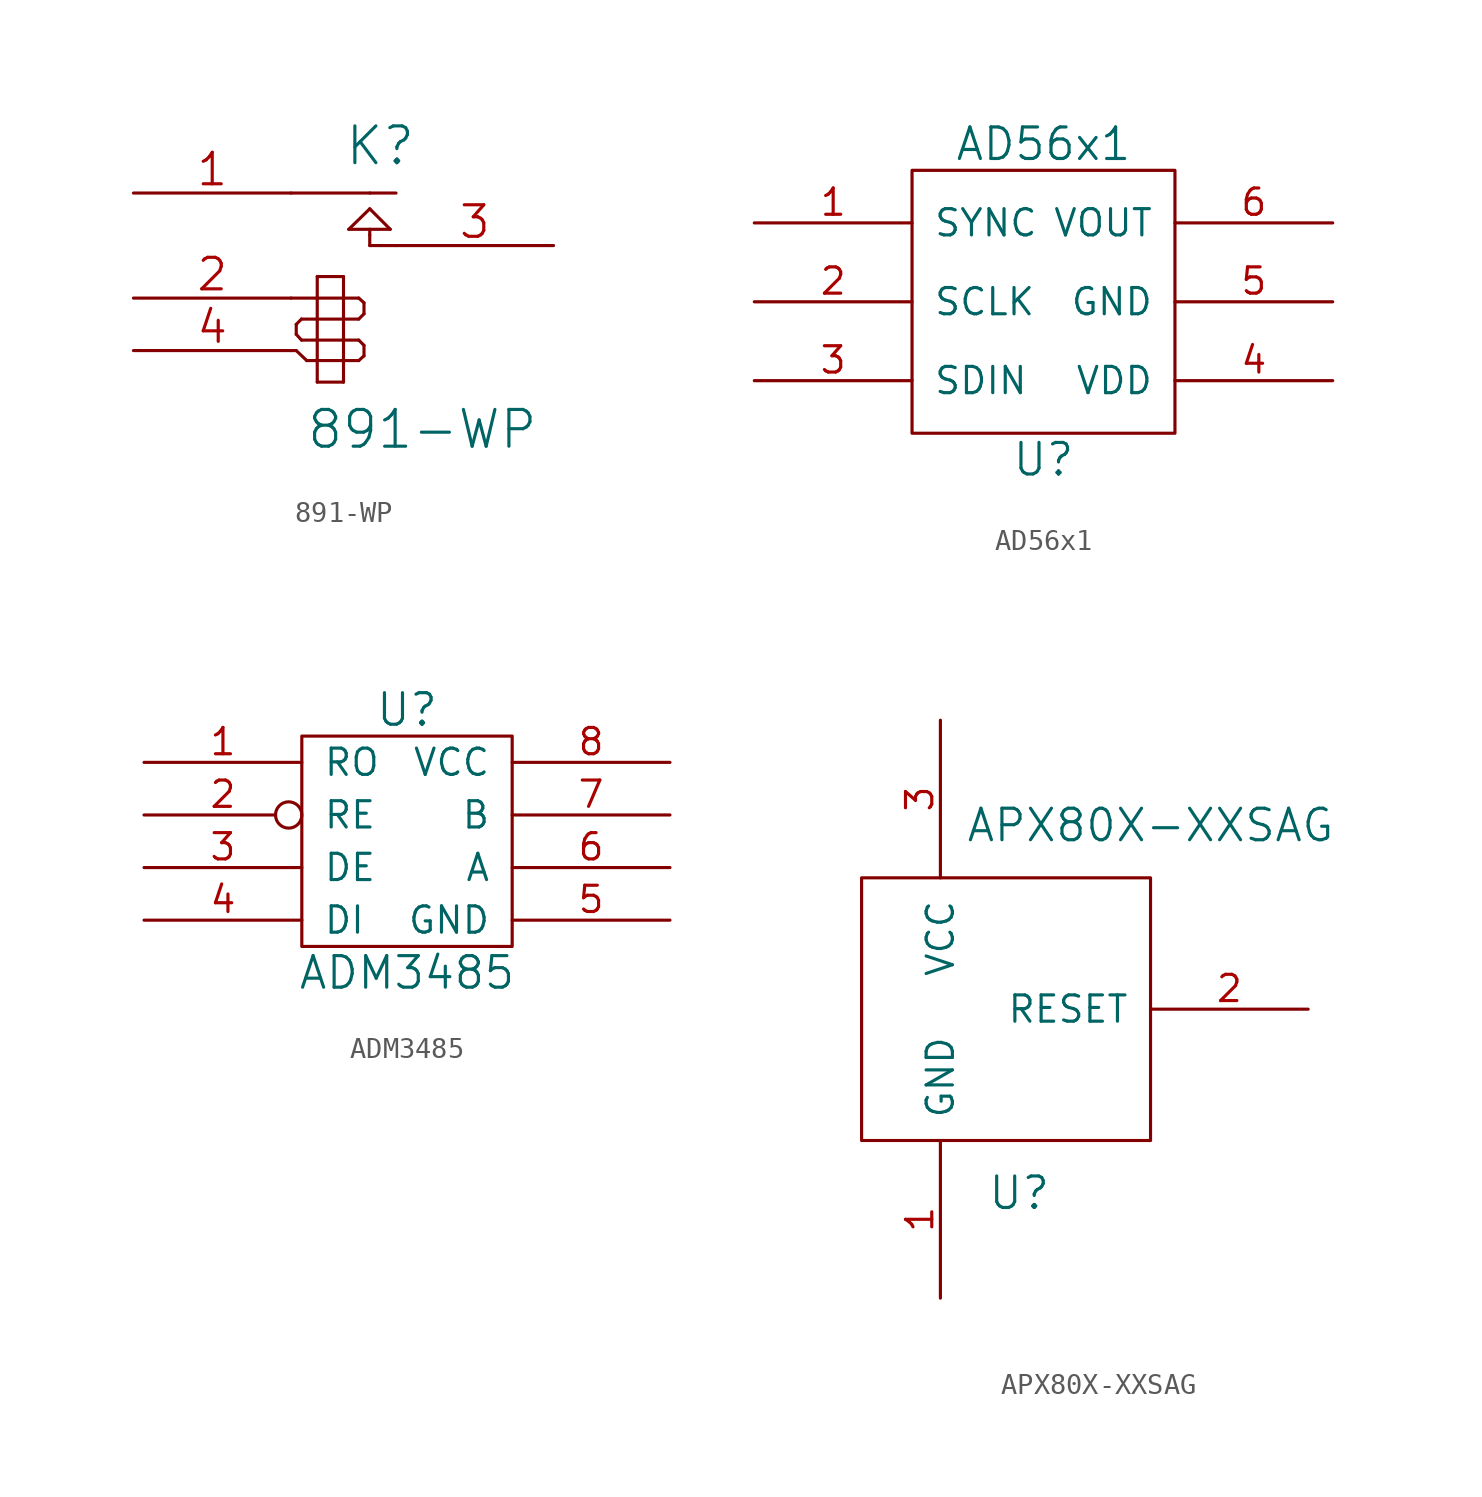
<source format=kicad_sym>
(kicad_symbol_lib
  (version 20231120)
  (generator "kicad_symbol_editor")
  (generator_version "8.0")
  (symbol "891-WP"
    (pin_names
      (offset 1.016) hide)
    (property "Reference" "K"
      (at 1.778 1.016 0)
      (effects (font (size 1.778 1.778))))
    (property "Value" "891-WP"
      (at 3.81 -12.7 0)
      (effects (font (size 1.778 1.778))))
    (property "Footprint" ""
      (at 0 0 0)
      (effects (font (size 1.524 1.524))))
    (property "Datasheet" ""
      (at 0 0 0)
      (effects (font (size 1.524 1.524))))
    (symbol "891-WP_0_1"
      (polyline (pts (xy -2.54 -8.89) (xy -2.286 -8.89)) (stroke (width 0) (type solid)) (fill (type none)))
      (polyline (pts (xy -2.54 -6.35) (xy -1.27 -6.35)) (stroke (width 0) (type solid)) (fill (type none)))
      (polyline (pts (xy -2.54 -1.27) (xy 1.27 -1.27)) (stroke (width 0) (type solid)) (fill (type none)))
      (polyline (pts (xy -2.286 -8.89) (xy -1.778 -9.373)) (stroke (width 0) (type solid)) (fill (type none)))
      (polyline (pts (xy -2.286 -8.103) (xy -2.286 -7.62)) (stroke (width 0) (type solid)) (fill (type none)))
      (polyline (pts (xy -2.032 -8.382) (xy -2.286 -8.103)) (stroke (width 0) (type solid)) (fill (type none)))
      (polyline (pts (xy -2.032 -7.366) (xy -2.286 -7.62)) (stroke (width 0) (type solid)) (fill (type none)))
      (polyline (pts (xy -1.778 -9.373) (xy -1.27 -9.373)) (stroke (width 0) (type solid)) (fill (type none)))
      (polyline (pts (xy -1.27 -10.414) (xy -1.27 -5.309)) (stroke (width 0) (type solid)) (fill (type none)))
      (polyline (pts (xy -1.27 -8.382) (xy -2.032 -8.382)) (stroke (width 0) (type solid)) (fill (type none)))
      (polyline (pts (xy -1.27 -8.382) (xy 0 -8.382)) (stroke (width 0) (type solid)) (fill (type none)))
      (polyline (pts (xy -1.27 -7.366) (xy -2.032 -7.366)) (stroke (width 0) (type solid)) (fill (type none)))
      (polyline (pts (xy -1.27 -6.35) (xy 0 -6.35)) (stroke (width 0) (type solid)) (fill (type none)))
      (polyline (pts (xy -1.27 -5.309) (xy 0 -5.309)) (stroke (width 0) (type solid)) (fill (type none)))
      (polyline (pts (xy 0 -10.414) (xy -1.27 -10.414)) (stroke (width 0) (type solid)) (fill (type none)))
      (polyline (pts (xy 0 -9.373) (xy -1.27 -9.373)) (stroke (width 0) (type solid)) (fill (type none)))
      (polyline (pts (xy 0 -9.373) (xy 0.737 -9.373)) (stroke (width 0) (type solid)) (fill (type none)))
      (polyline (pts (xy 0 -8.382) (xy 0.737 -8.382)) (stroke (width 0) (type solid)) (fill (type none)))
      (polyline (pts (xy 0 -7.366) (xy -1.27 -7.366)) (stroke (width 0) (type solid)) (fill (type none)))
      (polyline (pts (xy 0 -7.366) (xy 0.737 -7.366)) (stroke (width 0) (type solid)) (fill (type none)))
      (polyline (pts (xy 0 -6.35) (xy 0.737 -6.35)) (stroke (width 0) (type solid)) (fill (type none)))
      (polyline (pts (xy 0 -5.309) (xy 0 -10.414)) (stroke (width 0) (type solid)) (fill (type none)))
      (polyline (pts (xy 0.254 -3.023) (xy 2.261 -3.023)) (stroke (width 0) (type solid)) (fill (type none)))
      (polyline (pts (xy 0.737 -9.373) (xy 0.991 -9.144)) (stroke (width 0) (type solid)) (fill (type none)))
      (polyline (pts (xy 0.737 -8.382) (xy 0.991 -8.636)) (stroke (width 0) (type solid)) (fill (type none)))
      (polyline (pts (xy 0.737 -7.366) (xy 0.991 -7.112)) (stroke (width 0) (type solid)) (fill (type none)))
      (polyline (pts (xy 0.737 -6.35) (xy 0.991 -6.579)) (stroke (width 0) (type solid)) (fill (type none)))
      (polyline (pts (xy 0.991 -9.144) (xy 0.991 -8.636)) (stroke (width 0) (type solid)) (fill (type none)))
      (polyline (pts (xy 0.991 -6.579) (xy 0.991 -7.112)) (stroke (width 0) (type solid)) (fill (type none)))
      (polyline (pts (xy 1.27 -3.81) (xy 1.27 -3.302)) (stroke (width 0) (type solid)) (fill (type none)))
      (polyline (pts (xy 1.27 -3.302) (xy 1.27 -3.023)) (stroke (width 0) (type solid)) (fill (type none)))
      (polyline (pts (xy 1.27 -2.032) (xy 0.254 -3.023)) (stroke (width 0) (type solid)) (fill (type none)))
      (polyline (pts (xy 1.27 -1.27) (xy 2.54 -1.27)) (stroke (width 0) (type solid)) (fill (type none)))
      (polyline (pts (xy 2.261 -3.023) (xy 1.27 -2.032)) (stroke (width 0) (type solid)) (fill (type none)))
      (polyline (pts (xy 2.54 -3.81) (xy 1.27 -3.81)) (stroke (width 0) (type solid)) (fill (type none))))
    (symbol "891-WP_1_1"
      (pin passive line (at -10.16 -1.27 0) (length 7.62) (name "C1" (effects (font (size 1.524 1.524)))) (number "1" (effects (font (size 1.524 1.524)))))
      (pin input line (at -10.16 -6.35 0) (length 7.62) (name "2" (effects (font (size 1.524 1.524)))) (number "2" (effects (font (size 1.524 1.524)))))
      (pin passive line (at 10.16 -3.81 180) (length 7.62) (name "T1" (effects (font (size 1.524 1.524)))) (number "3" (effects (font (size 1.524 1.524)))))
      (pin input line (at -10.16 -8.89 0) (length 7.62) (name "4" (effects (font (size 1.524 1.524)))) (number "4" (effects (font (size 1.524 1.524)))))))
  (symbol "AD56x1"
    (pin_names
      (offset 1.016))
    (property "Reference" "U"
      (at 0 -7.62 0)
      (effects (font (size 1.524 1.524))))
    (property "Value" "AD56x1"
      (at 0 7.62 0)
      (effects (font (size 1.524 1.524))))
    (property "Footprint" ""
      (at 0 0 0)
      (effects (font (size 1.524 1.524))))
    (property "Datasheet" ""
      (at 0 0 0)
      (effects (font (size 1.524 1.524))))
    (symbol "AD56x1_0_1"
      (rectangle (start -6.35 6.35) (end 6.35 -6.35) (stroke (width 0) (type solid)) (fill (type none))))
    (symbol "AD56x1_1_1"
      (pin input line (at -13.97 3.81 0) (length 7.62) (name "SYNC" (effects (font (size 1.27 1.27)))) (number "1" (effects (font (size 1.27 1.27)))))
      (pin input line (at -13.97 0 0) (length 7.62) (name "SCLK" (effects (font (size 1.27 1.27)))) (number "2" (effects (font (size 1.27 1.27)))))
      (pin input line (at -13.97 -3.81 0) (length 7.62) (name "SDIN" (effects (font (size 1.27 1.27)))) (number "3" (effects (font (size 1.27 1.27)))))
      (pin power_in line (at 13.97 -3.81 180) (length 7.62) (name "VDD" (effects (font (size 1.27 1.27)))) (number "4" (effects (font (size 1.27 1.27)))))
      (pin power_in line (at 13.97 0 180) (length 7.62) (name "GND" (effects (font (size 1.27 1.27)))) (number "5" (effects (font (size 1.27 1.27)))))
      (pin output line (at 13.97 3.81 180) (length 7.62) (name "VOUT" (effects (font (size 1.27 1.27)))) (number "6" (effects (font (size 1.27 1.27)))))))
  (symbol "ADM3485"
    (pin_names
      (offset 1.016))
    (property "Reference" "U"
      (at 0 6.35 0)
      (effects (font (size 1.524 1.524))))
    (property "Value" "ADM3485"
      (at 0 -6.35 0)
      (effects (font (size 1.524 1.524))))
    (property "Footprint" ""
      (at 0 0 0)
      (effects (font (size 1.524 1.524))))
    (property "Datasheet" ""
      (at 0 0 0)
      (effects (font (size 1.524 1.524))))
    (symbol "ADM3485_0_1"
      (rectangle (start -5.08 5.08) (end 5.08 -5.08) (stroke (width 0) (type solid)) (fill (type none))))
    (symbol "ADM3485_1_1"
      (pin output line (at -12.7 3.81 0) (length 7.62) (name "RO" (effects (font (size 1.27 1.27)))) (number "1" (effects (font (size 1.27 1.27)))))
      (pin input inverted (at -12.7 1.27 0) (length 7.62) (name "RE" (effects (font (size 1.27 1.27)))) (number "2" (effects (font (size 1.27 1.27)))))
      (pin input line (at -12.7 -1.27 0) (length 7.62) (name "DE" (effects (font (size 1.27 1.27)))) (number "3" (effects (font (size 1.27 1.27)))))
      (pin input line (at -12.7 -3.81 0) (length 7.62) (name "DI" (effects (font (size 1.27 1.27)))) (number "4" (effects (font (size 1.27 1.27)))))
      (pin power_in line (at 12.7 -3.81 180) (length 7.62) (name "GND" (effects (font (size 1.27 1.27)))) (number "5" (effects (font (size 1.27 1.27)))))
      (pin bidirectional line (at 12.7 -1.27 180) (length 7.62) (name "A" (effects (font (size 1.27 1.27)))) (number "6" (effects (font (size 1.27 1.27)))))
      (pin bidirectional line (at 12.7 1.27 180) (length 7.62) (name "B" (effects (font (size 1.27 1.27)))) (number "7" (effects (font (size 1.27 1.27)))))
      (pin power_in line (at 12.7 3.81 180) (length 7.62) (name "VCC" (effects (font (size 1.27 1.27)))) (number "8" (effects (font (size 1.27 1.27)))))))
  (symbol "APX80X-XXSAG"
    (pin_names
      (offset 1.016))
    (property "Reference" "U"
      (at 1.27 -8.89 0)
      (effects (font (size 1.524 1.524))))
    (property "Value" "APX80X-XXSAG"
      (at 7.62 8.89 0)
      (effects (font (size 1.524 1.524))))
    (property "Footprint" ""
      (at 0 0 0)
      (effects (font (size 1.524 1.524))))
    (property "Datasheet" ""
      (at 0 0 0)
      (effects (font (size 1.524 1.524))))
    (symbol "APX80X-XXSAG_0_1"
      (rectangle (start -6.35 6.35) (end 7.62 -6.35) (stroke (width 0) (type solid)) (fill (type none))))
    (symbol "APX80X-XXSAG_1_1"
      (pin power_in line (at -2.54 -13.97 90) (length 7.62) (name "GND" (effects (font (size 1.27 1.27)))) (number "1" (effects (font (size 1.27 1.27)))))
      (pin output line (at 15.24 0 180) (length 7.62) (name "RESET" (effects (font (size 1.27 1.27)))) (number "2" (effects (font (size 1.27 1.27)))))
      (pin power_in line (at -2.54 13.97 270) (length 7.62) (name "VCC" (effects (font (size 1.27 1.27)))) (number "3" (effects (font (size 1.27 1.27))))))))
</source>
